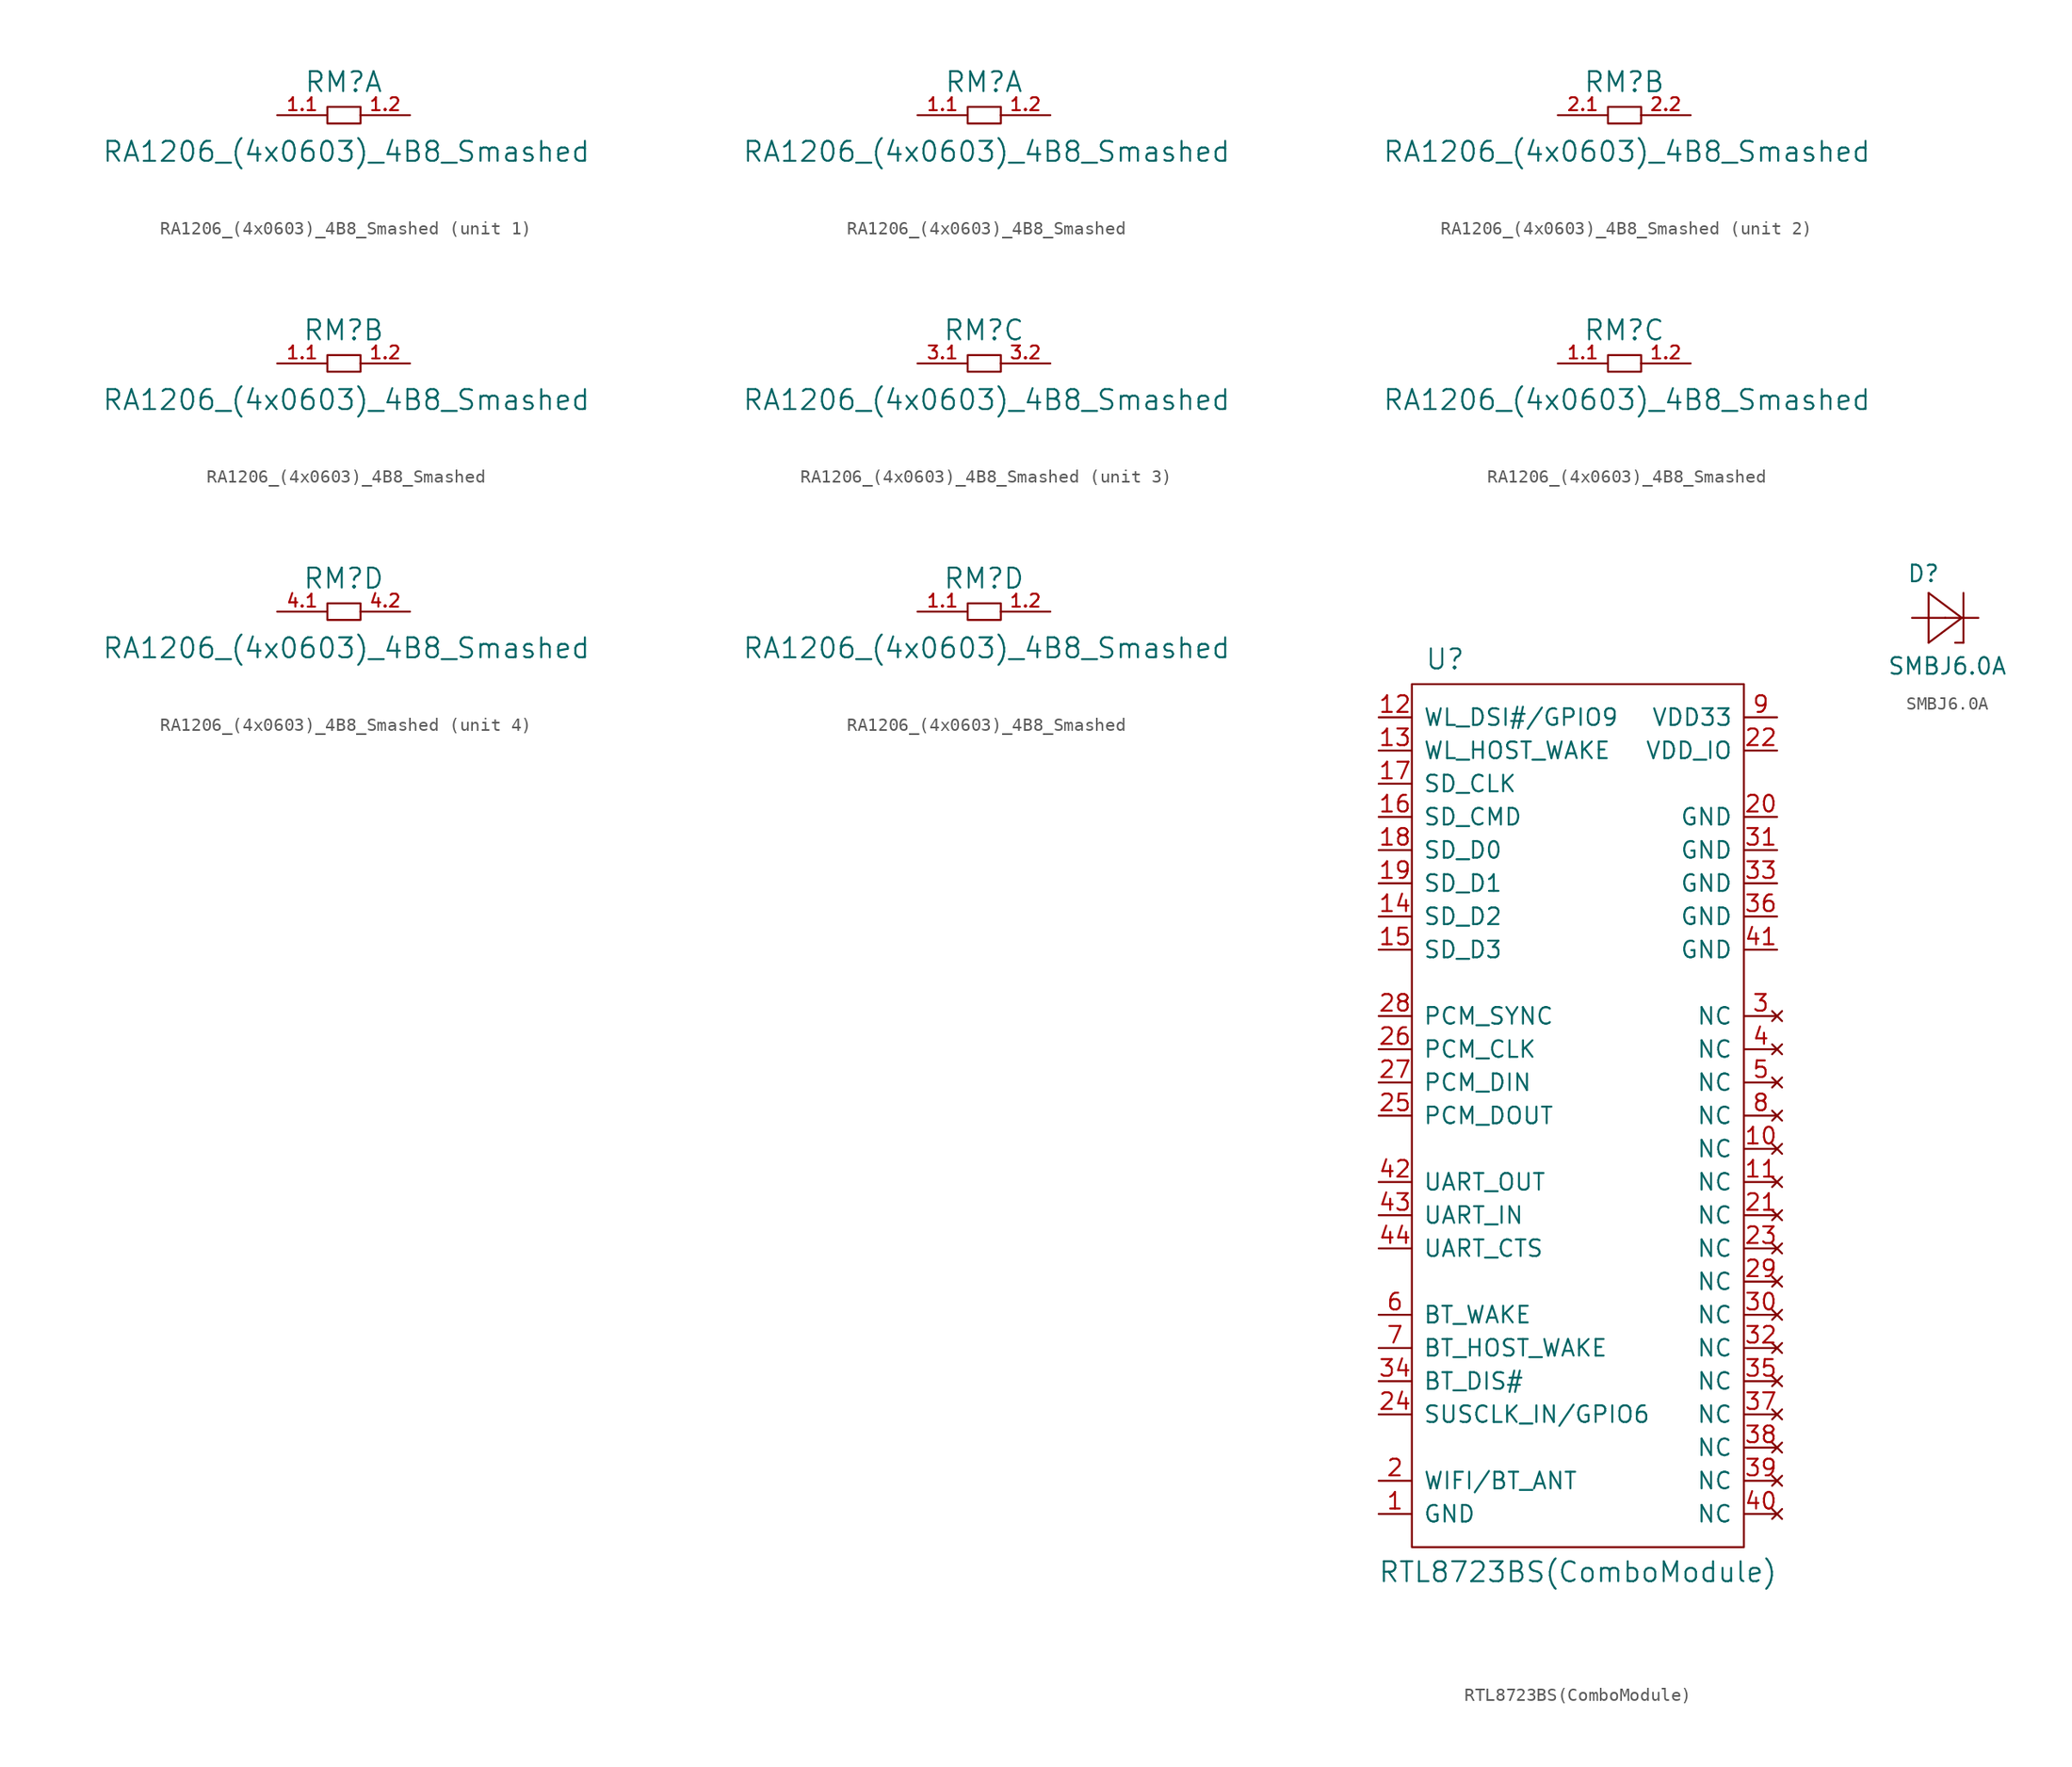
<source format=kicad_sym>
(kicad_symbol_lib
  (version 20241209)
  (generator "kicad_symbol_editor")
  (generator_version "9.0")
  (symbol "RA1206_(4x0603)_4B8_Smashed"
    (pin_names
      (offset 1.016))
    (property "Reference" "RM"
      (at 0 6.35 0)
      (effects (font (size 1.524 1.524))))
    (property "Value" "RA1206_(4x0603)_4B8_Smashed"
      (at 0.203 1.016 0)
      (effects (font (size 1.524 1.524))))
    (property "Footprint" ""
      (at 1.27 -2.54 0)
      (effects (font (size 1.524 1.524))))
    (property "Datasheet" ""
      (at 1.27 -2.54 0)
      (effects (font (size 1.524 1.524))))
    (symbol "RA1206_(4x0603)_4B8_Smashed_0_0"
      (rectangle (start -1.245 4.445) (end 1.295 3.175) (stroke (width 0) (type solid)) (fill (type none))))
    (symbol "RA1206_(4x0603)_4B8_Smashed_1_1"
      (pin passive line (at -5.08 3.81 0) (length 3.81) (name "~" (effects (font (size 0.991 0.991)))) (number "1.1" (effects (font (size 0.991 0.991)))))
      (pin passive line (at 5.08 3.81 180) (length 3.81) (name "~" (effects (font (size 0.991 0.991)))) (number "1.2" (effects (font (size 0.991 0.991))))))
    (symbol "RA1206_(4x0603)_4B8_Smashed_1_2"
      (pin passive line (at -5.08 3.81 0) (length 3.81) (name "~" (effects (font (size 0.991 0.991)))) (number "1.1" (effects (font (size 0.991 0.991)))))
      (pin passive line (at 5.08 3.81 180) (length 3.81) (name "~" (effects (font (size 0.991 0.991)))) (number "1.2" (effects (font (size 0.991 0.991))))))
    (symbol "RA1206_(4x0603)_4B8_Smashed_2_1"
      (pin passive line (at -5.08 3.81 0) (length 3.81) (name "~" (effects (font (size 0.991 0.991)))) (number "2.1" (effects (font (size 0.991 0.991)))))
      (pin passive line (at 5.08 3.81 180) (length 3.81) (name "~" (effects (font (size 0.991 0.991)))) (number "2.2" (effects (font (size 0.991 0.991))))))
    (symbol "RA1206_(4x0603)_4B8_Smashed_2_2"
      (pin passive line (at -5.08 3.81 0) (length 3.81) (name "~" (effects (font (size 0.991 0.991)))) (number "1.1" (effects (font (size 0.991 0.991)))))
      (pin passive line (at 5.08 3.81 180) (length 3.81) (name "~" (effects (font (size 0.991 0.991)))) (number "1.2" (effects (font (size 0.991 0.991))))))
    (symbol "RA1206_(4x0603)_4B8_Smashed_3_1"
      (pin passive line (at -5.08 3.81 0) (length 3.81) (name "~" (effects (font (size 0.991 0.991)))) (number "3.1" (effects (font (size 0.991 0.991)))))
      (pin passive line (at 5.08 3.81 180) (length 3.81) (name "~" (effects (font (size 0.991 0.991)))) (number "3.2" (effects (font (size 0.991 0.991))))))
    (symbol "RA1206_(4x0603)_4B8_Smashed_3_2"
      (pin passive line (at -5.08 3.81 0) (length 3.81) (name "~" (effects (font (size 0.991 0.991)))) (number "1.1" (effects (font (size 0.991 0.991)))))
      (pin passive line (at 5.08 3.81 180) (length 3.81) (name "~" (effects (font (size 0.991 0.991)))) (number "1.2" (effects (font (size 0.991 0.991))))))
    (symbol "RA1206_(4x0603)_4B8_Smashed_4_1"
      (pin passive line (at -5.08 3.81 0) (length 3.81) (name "~" (effects (font (size 0.991 0.991)))) (number "4.1" (effects (font (size 0.991 0.991)))))
      (pin passive line (at 5.08 3.81 180) (length 3.81) (name "~" (effects (font (size 0.991 0.991)))) (number "4.2" (effects (font (size 0.991 0.991))))))
    (symbol "RA1206_(4x0603)_4B8_Smashed_4_2"
      (pin passive line (at -5.08 3.81 0) (length 3.81) (name "~" (effects (font (size 0.991 0.991)))) (number "1.1" (effects (font (size 0.991 0.991)))))
      (pin passive line (at 5.08 3.81 180) (length 3.81) (name "~" (effects (font (size 0.991 0.991)))) (number "1.2" (effects (font (size 0.991 0.991)))))))
  (symbol "RTL8723BS(ComboModule)"
    (pin_names
      (offset 0.889))
    (property "Reference" "U"
      (at -10.16 34.925 0)
      (effects (font (size 1.524 1.524))))
    (property "Value" "RTL8723BS(ComboModule)"
      (at 0 -34.925 0)
      (effects (font (size 1.524 1.524))))
    (property "Footprint" ""
      (at 0 -5.08 0)
      (effects (font (size 1.524 1.524))))
    (property "Datasheet" ""
      (at 0 -5.08 0)
      (effects (font (size 1.524 1.524))))
    (symbol "RTL8723BS(ComboModule)_0_1"
      (rectangle (start 12.7 33.02) (end -12.7 -33.02) (stroke (width 0) (type solid)) (fill (type none))))
    (symbol "RTL8723BS(ComboModule)_1_1"
      (pin bidirectional line (at -15.24 30.48 0) (length 2.489) (name "WL_DSI#/GPIO9" (effects (font (size 1.27 1.27)))) (number "12" (effects (font (size 1.27 1.27)))))
      (pin input line (at -15.24 27.94 0) (length 2.489) (name "WL_HOST_WAKE" (effects (font (size 1.27 1.27)))) (number "13" (effects (font (size 1.27 1.27)))))
      (pin input line (at -15.24 25.4 0) (length 2.489) (name "SD_CLK" (effects (font (size 1.27 1.27)))) (number "17" (effects (font (size 1.27 1.27)))))
      (pin bidirectional line (at -15.24 22.86 0) (length 2.489) (name "SD_CMD" (effects (font (size 1.27 1.27)))) (number "16" (effects (font (size 1.27 1.27)))))
      (pin bidirectional line (at -15.24 20.32 0) (length 2.489) (name "SD_D0" (effects (font (size 1.27 1.27)))) (number "18" (effects (font (size 1.27 1.27)))))
      (pin bidirectional line (at -15.24 17.78 0) (length 2.489) (name "SD_D1" (effects (font (size 1.27 1.27)))) (number "19" (effects (font (size 1.27 1.27)))))
      (pin bidirectional line (at -15.24 15.24 0) (length 2.489) (name "SD_D2" (effects (font (size 1.27 1.27)))) (number "14" (effects (font (size 1.27 1.27)))))
      (pin bidirectional line (at -15.24 12.7 0) (length 2.489) (name "SD_D3" (effects (font (size 1.27 1.27)))) (number "15" (effects (font (size 1.27 1.27)))))
      (pin input line (at -15.24 7.62 0) (length 2.489) (name "PCM_SYNC" (effects (font (size 1.27 1.27)))) (number "28" (effects (font (size 1.27 1.27)))))
      (pin input line (at -15.24 5.08 0) (length 2.489) (name "PCM_CLK" (effects (font (size 1.27 1.27)))) (number "26" (effects (font (size 1.27 1.27)))))
      (pin input line (at -15.24 2.54 0) (length 2.489) (name "PCM_DIN" (effects (font (size 1.27 1.27)))) (number "27" (effects (font (size 1.27 1.27)))))
      (pin output line (at -15.24 0 0) (length 2.489) (name "PCM_DOUT" (effects (font (size 1.27 1.27)))) (number "25" (effects (font (size 1.27 1.27)))))
      (pin output line (at -15.24 -5.08 0) (length 2.489) (name "UART_OUT" (effects (font (size 1.27 1.27)))) (number "42" (effects (font (size 1.27 1.27)))))
      (pin input line (at -15.24 -7.62 0) (length 2.489) (name "UART_IN" (effects (font (size 1.27 1.27)))) (number "43" (effects (font (size 1.27 1.27)))))
      (pin input line (at -15.24 -10.16 0) (length 2.489) (name "UART_CTS" (effects (font (size 1.27 1.27)))) (number "44" (effects (font (size 1.27 1.27)))))
      (pin input line (at -15.24 -15.24 0) (length 2.489) (name "BT_WAKE" (effects (font (size 1.27 1.27)))) (number "6" (effects (font (size 1.27 1.27)))))
      (pin output line (at -15.24 -17.78 0) (length 2.489) (name "BT_HOST_WAKE" (effects (font (size 1.27 1.27)))) (number "7" (effects (font (size 1.27 1.27)))))
      (pin input line (at -15.24 -20.32 0) (length 2.489) (name "BT_DIS#" (effects (font (size 1.27 1.27)))) (number "34" (effects (font (size 1.27 1.27)))))
      (pin bidirectional line (at -15.24 -22.86 0) (length 2.489) (name "SUSCLK_IN/GPIO6" (effects (font (size 1.27 1.27)))) (number "24" (effects (font (size 1.27 1.27)))))
      (pin bidirectional line (at -15.24 -27.94 0) (length 2.489) (name "WIFI/BT_ANT" (effects (font (size 1.27 1.27)))) (number "2" (effects (font (size 1.27 1.27)))))
      (pin power_in line (at -15.24 -30.48 0) (length 2.489) (name "GND" (effects (font (size 1.27 1.27)))) (number "1" (effects (font (size 1.27 1.27)))))
      (pin power_in line (at 15.24 30.48 180) (length 2.489) (name "VDD33" (effects (font (size 1.27 1.27)))) (number "9" (effects (font (size 1.27 1.27)))))
      (pin power_in line (at 15.24 27.94 180) (length 2.489) (name "VDD_IO" (effects (font (size 1.27 1.27)))) (number "22" (effects (font (size 1.27 1.27)))))
      (pin power_in line (at 15.24 22.86 180) (length 2.489) (name "GND" (effects (font (size 1.27 1.27)))) (number "20" (effects (font (size 1.27 1.27)))))
      (pin power_in line (at 15.24 20.32 180) (length 2.489) (name "GND" (effects (font (size 1.27 1.27)))) (number "31" (effects (font (size 1.27 1.27)))))
      (pin power_in line (at 15.24 17.78 180) (length 2.489) (name "GND" (effects (font (size 1.27 1.27)))) (number "33" (effects (font (size 1.27 1.27)))))
      (pin power_in line (at 15.24 15.24 180) (length 2.489) (name "GND" (effects (font (size 1.27 1.27)))) (number "36" (effects (font (size 1.27 1.27)))))
      (pin power_in line (at 15.24 12.7 180) (length 2.489) (name "GND" (effects (font (size 1.27 1.27)))) (number "41" (effects (font (size 1.27 1.27)))))
      (pin no_connect line (at 15.24 7.62 180) (length 2.489) (name "NC" (effects (font (size 1.27 1.27)))) (number "3" (effects (font (size 1.27 1.27)))))
      (pin no_connect line (at 15.24 5.08 180) (length 2.489) (name "NC" (effects (font (size 1.27 1.27)))) (number "4" (effects (font (size 1.27 1.27)))))
      (pin no_connect line (at 15.24 2.54 180) (length 2.489) (name "NC" (effects (font (size 1.27 1.27)))) (number "5" (effects (font (size 1.27 1.27)))))
      (pin no_connect line (at 15.24 0 180) (length 2.489) (name "NC" (effects (font (size 1.27 1.27)))) (number "8" (effects (font (size 1.27 1.27)))))
      (pin no_connect line (at 15.24 -2.54 180) (length 2.489) (name "NC" (effects (font (size 1.27 1.27)))) (number "10" (effects (font (size 1.27 1.27)))))
      (pin no_connect line (at 15.24 -5.08 180) (length 2.489) (name "NC" (effects (font (size 1.27 1.27)))) (number "11" (effects (font (size 1.27 1.27)))))
      (pin no_connect line (at 15.24 -7.62 180) (length 2.489) (name "NC" (effects (font (size 1.27 1.27)))) (number "21" (effects (font (size 1.27 1.27)))))
      (pin no_connect line (at 15.24 -10.16 180) (length 2.489) (name "NC" (effects (font (size 1.27 1.27)))) (number "23" (effects (font (size 1.27 1.27)))))
      (pin no_connect line (at 15.24 -12.7 180) (length 2.489) (name "NC" (effects (font (size 1.27 1.27)))) (number "29" (effects (font (size 1.27 1.27)))))
      (pin no_connect line (at 15.24 -15.24 180) (length 2.489) (name "NC" (effects (font (size 1.27 1.27)))) (number "30" (effects (font (size 1.27 1.27)))))
      (pin no_connect line (at 15.24 -17.78 180) (length 2.489) (name "NC" (effects (font (size 1.27 1.27)))) (number "32" (effects (font (size 1.27 1.27)))))
      (pin no_connect line (at 15.24 -20.32 180) (length 2.489) (name "NC" (effects (font (size 1.27 1.27)))) (number "35" (effects (font (size 1.27 1.27)))))
      (pin no_connect line (at 15.24 -22.86 180) (length 2.489) (name "NC" (effects (font (size 1.27 1.27)))) (number "37" (effects (font (size 1.27 1.27)))))
      (pin no_connect line (at 15.24 -25.4 180) (length 2.489) (name "NC" (effects (font (size 1.27 1.27)))) (number "38" (effects (font (size 1.27 1.27)))))
      (pin no_connect line (at 15.24 -27.94 180) (length 2.489) (name "NC" (effects (font (size 1.27 1.27)))) (number "39" (effects (font (size 1.27 1.27)))))
      (pin no_connect line (at 15.24 -30.48 180) (length 2.489) (name "NC" (effects (font (size 1.27 1.27)))) (number "40" (effects (font (size 1.27 1.27)))))))
  (symbol "SMBJ6.0A"
    (pin_numbers
      (hide yes))
    (pin_names
      (offset 1.016)
      (hide yes))
    (property "Reference" "D"
      (at -2.946 2.642 0)
      (effects (font (size 1.27 1.27)) (justify left bottom)))
    (property "Value" "SMBJ6.0A"
      (at -4.445 -4.445 0)
      (effects (font (size 1.27 1.27)) (justify left bottom)))
    (property "Datasheet" ""
      (at 0 0 0)
      (effects (font (size 1.524 1.524))))
    (property "ki_locked" ""
      (at 0 0 0)
      (effects (font (size 1.27 1.27))))
    (symbol "SMBJ6.0A_1_0"
      (polyline (pts (xy -1.27 1.905) (xy -1.27 -1.905)) (stroke (width 0) (type solid)) (fill (type none)))
      (polyline (pts (xy -1.27 -1.905) (xy 1.27 0)) (stroke (width 0) (type solid)) (fill (type none)))
      (polyline (pts (xy 1.27 0) (xy -1.27 1.905)) (stroke (width 0) (type solid)) (fill (type none)))
      (polyline (pts (xy 1.397 1.905) (xy 1.397 -1.905)) (stroke (width 0) (type solid)) (fill (type none)))
      (polyline (pts (xy 1.397 -1.905) (xy 0.762 -1.905)) (stroke (width 0) (type solid)) (fill (type none))))
    (symbol "SMBJ6.0A_1_1"
      (pin passive line (at -2.54 0 0) (length 2.54) (name "A" (effects (font (size 1.27 1.27)))) (number "A" (effects (font (size 1.27 1.27)))))
      (pin passive line (at 2.54 0 180) (length 2.54) (name "C" (effects (font (size 1.27 1.27)))) (number "C" (effects (font (size 1.27 1.27))))))))
</source>
